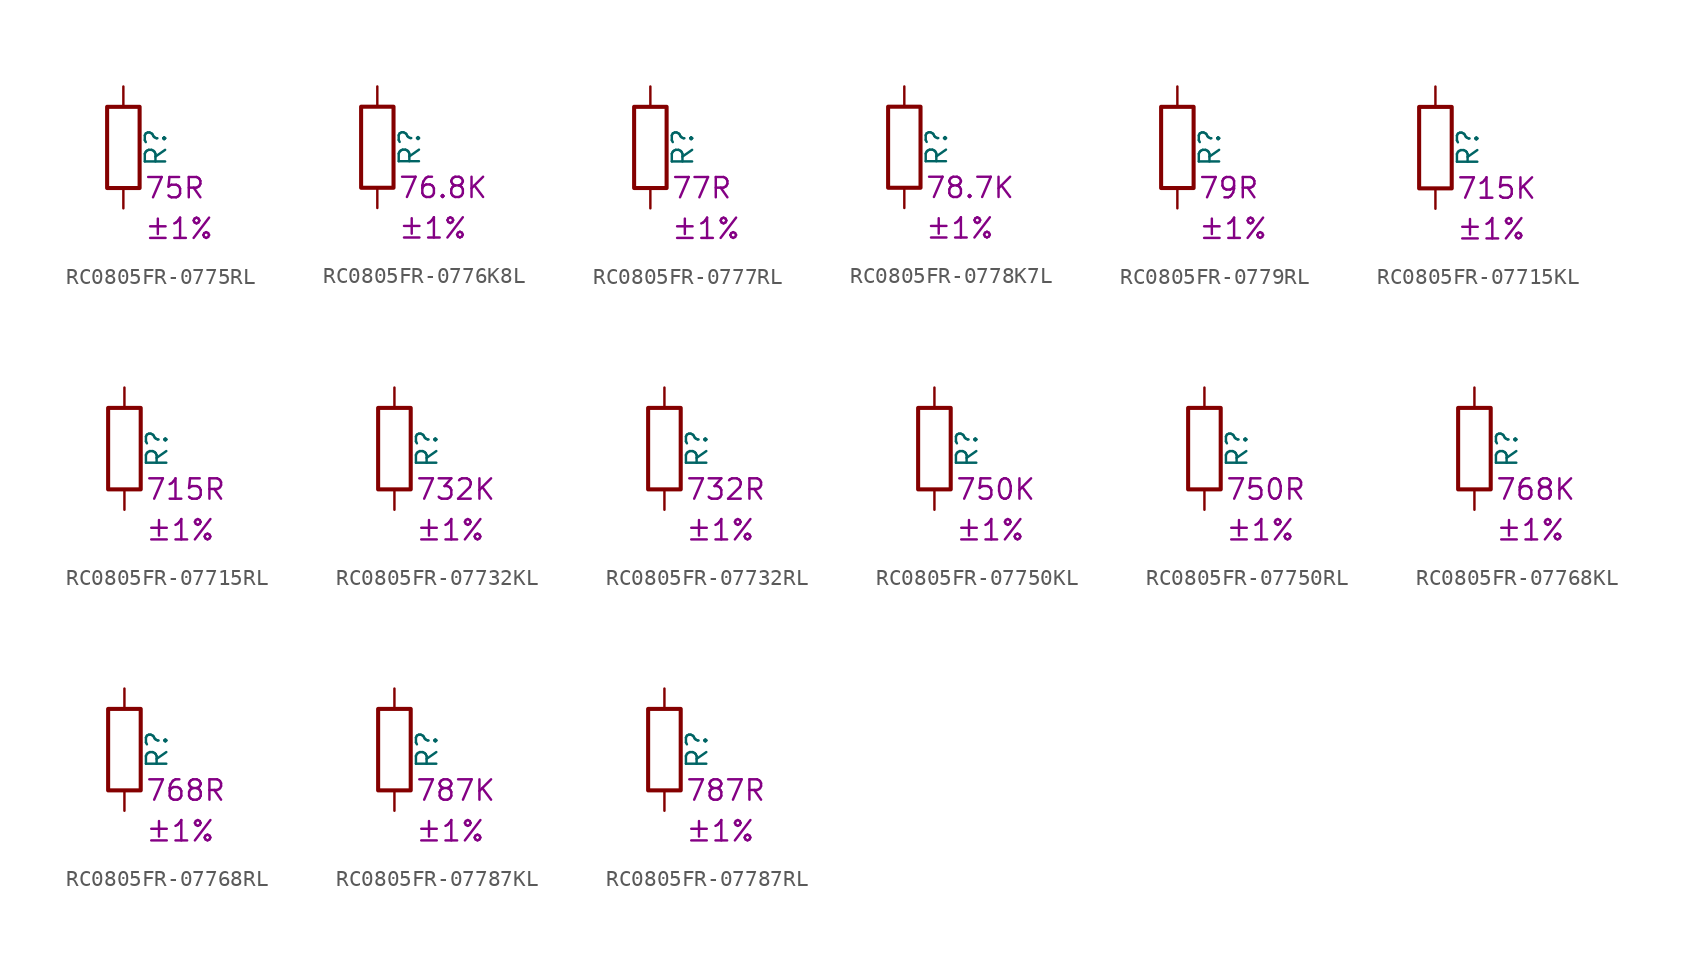
<source format=kicad_sym>
(kicad_symbol_lib
  (version 20220914)
  (generator kicad_symbol_editor)
  (symbol "RC0805FR-0775RL"
    (pin_numbers hide)
    (pin_names
      (offset 0))
    (property "Reference" "R"
      (at 2.032 0 90)
      (effects (font (size 1.27 1.27))))
    (property "Resistance" "75R"
      (at 1.27 -2.54 0)
      (effects (font (size 1.27 1.27)) (justify left)))
    (property "Tolerance" "±1%"
      (at 1.27 -5.08 0)
      (effects (font (size 1.27 1.27)) (justify left)))
    (symbol "RC0805FR-0775RL_0_1"
      (rectangle (start -1.016 -2.54) (end 1.016 2.54) (stroke (width 0.254) (type default)) (fill (type none))))
    (symbol "RC0805FR-0775RL_1_1"
      (pin passive line (at 0 3.81 270) (length 1.27) (name "~" (effects (font (size 1.27 1.27)))) (number "1" (effects (font (size 1.27 1.27)))))
      (pin passive line (at 0 -3.81 90) (length 1.27) (name "~" (effects (font (size 1.27 1.27)))) (number "2" (effects (font (size 1.27 1.27)))))))
  (symbol "RC0805FR-0776K8L"
    (pin_numbers hide)
    (pin_names
      (offset 0))
    (property "Reference" "R"
      (at 2.032 0 90)
      (effects (font (size 1.27 1.27))))
    (property "Resistance" "76.8K"
      (at 1.27 -2.54 0)
      (effects (font (size 1.27 1.27)) (justify left)))
    (property "Tolerance" "±1%"
      (at 1.27 -5.08 0)
      (effects (font (size 1.27 1.27)) (justify left)))
    (symbol "RC0805FR-0776K8L_0_1"
      (rectangle (start -1.016 -2.54) (end 1.016 2.54) (stroke (width 0.254) (type default)) (fill (type none))))
    (symbol "RC0805FR-0776K8L_1_1"
      (pin passive line (at 0 3.81 270) (length 1.27) (name "~" (effects (font (size 1.27 1.27)))) (number "1" (effects (font (size 1.27 1.27)))))
      (pin passive line (at 0 -3.81 90) (length 1.27) (name "~" (effects (font (size 1.27 1.27)))) (number "2" (effects (font (size 1.27 1.27)))))))
  (symbol "RC0805FR-0777RL"
    (pin_numbers hide)
    (pin_names
      (offset 0))
    (property "Reference" "R"
      (at 2.032 0 90)
      (effects (font (size 1.27 1.27))))
    (property "Resistance" "77R"
      (at 1.27 -2.54 0)
      (effects (font (size 1.27 1.27)) (justify left)))
    (property "Tolerance" "±1%"
      (at 1.27 -5.08 0)
      (effects (font (size 1.27 1.27)) (justify left)))
    (symbol "RC0805FR-0777RL_0_1"
      (rectangle (start -1.016 -2.54) (end 1.016 2.54) (stroke (width 0.254) (type default)) (fill (type none))))
    (symbol "RC0805FR-0777RL_1_1"
      (pin passive line (at 0 3.81 270) (length 1.27) (name "~" (effects (font (size 1.27 1.27)))) (number "1" (effects (font (size 1.27 1.27)))))
      (pin passive line (at 0 -3.81 90) (length 1.27) (name "~" (effects (font (size 1.27 1.27)))) (number "2" (effects (font (size 1.27 1.27)))))))
  (symbol "RC0805FR-0778K7L"
    (pin_numbers hide)
    (pin_names
      (offset 0))
    (property "Reference" "R"
      (at 2.032 0 90)
      (effects (font (size 1.27 1.27))))
    (property "Resistance" "78.7K"
      (at 1.27 -2.54 0)
      (effects (font (size 1.27 1.27)) (justify left)))
    (property "Tolerance" "±1%"
      (at 1.27 -5.08 0)
      (effects (font (size 1.27 1.27)) (justify left)))
    (symbol "RC0805FR-0778K7L_0_1"
      (rectangle (start -1.016 -2.54) (end 1.016 2.54) (stroke (width 0.254) (type default)) (fill (type none))))
    (symbol "RC0805FR-0778K7L_1_1"
      (pin passive line (at 0 3.81 270) (length 1.27) (name "~" (effects (font (size 1.27 1.27)))) (number "1" (effects (font (size 1.27 1.27)))))
      (pin passive line (at 0 -3.81 90) (length 1.27) (name "~" (effects (font (size 1.27 1.27)))) (number "2" (effects (font (size 1.27 1.27)))))))
  (symbol "RC0805FR-0779RL"
    (pin_numbers hide)
    (pin_names
      (offset 0))
    (property "Reference" "R"
      (at 2.032 0 90)
      (effects (font (size 1.27 1.27))))
    (property "Resistance" "79R"
      (at 1.27 -2.54 0)
      (effects (font (size 1.27 1.27)) (justify left)))
    (property "Tolerance" "±1%"
      (at 1.27 -5.08 0)
      (effects (font (size 1.27 1.27)) (justify left)))
    (symbol "RC0805FR-0779RL_0_1"
      (rectangle (start -1.016 -2.54) (end 1.016 2.54) (stroke (width 0.254) (type default)) (fill (type none))))
    (symbol "RC0805FR-0779RL_1_1"
      (pin passive line (at 0 3.81 270) (length 1.27) (name "~" (effects (font (size 1.27 1.27)))) (number "1" (effects (font (size 1.27 1.27)))))
      (pin passive line (at 0 -3.81 90) (length 1.27) (name "~" (effects (font (size 1.27 1.27)))) (number "2" (effects (font (size 1.27 1.27)))))))
  (symbol "RC0805FR-07715KL"
    (pin_numbers hide)
    (pin_names
      (offset 0))
    (property "Reference" "R"
      (at 2.032 0 90)
      (effects (font (size 1.27 1.27))))
    (property "Resistance" "715K"
      (at 1.27 -2.54 0)
      (effects (font (size 1.27 1.27)) (justify left)))
    (property "Tolerance" "±1%"
      (at 1.27 -5.08 0)
      (effects (font (size 1.27 1.27)) (justify left)))
    (symbol "RC0805FR-07715KL_0_1"
      (rectangle (start -1.016 -2.54) (end 1.016 2.54) (stroke (width 0.254) (type default)) (fill (type none))))
    (symbol "RC0805FR-07715KL_1_1"
      (pin passive line (at 0 3.81 270) (length 1.27) (name "~" (effects (font (size 1.27 1.27)))) (number "1" (effects (font (size 1.27 1.27)))))
      (pin passive line (at 0 -3.81 90) (length 1.27) (name "~" (effects (font (size 1.27 1.27)))) (number "2" (effects (font (size 1.27 1.27)))))))
  (symbol "RC0805FR-07715RL"
    (pin_numbers hide)
    (pin_names
      (offset 0))
    (property "Reference" "R"
      (at 2.032 0 90)
      (effects (font (size 1.27 1.27))))
    (property "Resistance" "715R"
      (at 1.27 -2.54 0)
      (effects (font (size 1.27 1.27)) (justify left)))
    (property "Tolerance" "±1%"
      (at 1.27 -5.08 0)
      (effects (font (size 1.27 1.27)) (justify left)))
    (symbol "RC0805FR-07715RL_0_1"
      (rectangle (start -1.016 -2.54) (end 1.016 2.54) (stroke (width 0.254) (type default)) (fill (type none))))
    (symbol "RC0805FR-07715RL_1_1"
      (pin passive line (at 0 3.81 270) (length 1.27) (name "~" (effects (font (size 1.27 1.27)))) (number "1" (effects (font (size 1.27 1.27)))))
      (pin passive line (at 0 -3.81 90) (length 1.27) (name "~" (effects (font (size 1.27 1.27)))) (number "2" (effects (font (size 1.27 1.27)))))))
  (symbol "RC0805FR-07732KL"
    (pin_numbers hide)
    (pin_names
      (offset 0))
    (property "Reference" "R"
      (at 2.032 0 90)
      (effects (font (size 1.27 1.27))))
    (property "Resistance" "732K"
      (at 1.27 -2.54 0)
      (effects (font (size 1.27 1.27)) (justify left)))
    (property "Tolerance" "±1%"
      (at 1.27 -5.08 0)
      (effects (font (size 1.27 1.27)) (justify left)))
    (symbol "RC0805FR-07732KL_0_1"
      (rectangle (start -1.016 -2.54) (end 1.016 2.54) (stroke (width 0.254) (type default)) (fill (type none))))
    (symbol "RC0805FR-07732KL_1_1"
      (pin passive line (at 0 3.81 270) (length 1.27) (name "~" (effects (font (size 1.27 1.27)))) (number "1" (effects (font (size 1.27 1.27)))))
      (pin passive line (at 0 -3.81 90) (length 1.27) (name "~" (effects (font (size 1.27 1.27)))) (number "2" (effects (font (size 1.27 1.27)))))))
  (symbol "RC0805FR-07732RL"
    (pin_numbers hide)
    (pin_names
      (offset 0))
    (property "Reference" "R"
      (at 2.032 0 90)
      (effects (font (size 1.27 1.27))))
    (property "Resistance" "732R"
      (at 1.27 -2.54 0)
      (effects (font (size 1.27 1.27)) (justify left)))
    (property "Tolerance" "±1%"
      (at 1.27 -5.08 0)
      (effects (font (size 1.27 1.27)) (justify left)))
    (symbol "RC0805FR-07732RL_0_1"
      (rectangle (start -1.016 -2.54) (end 1.016 2.54) (stroke (width 0.254) (type default)) (fill (type none))))
    (symbol "RC0805FR-07732RL_1_1"
      (pin passive line (at 0 3.81 270) (length 1.27) (name "~" (effects (font (size 1.27 1.27)))) (number "1" (effects (font (size 1.27 1.27)))))
      (pin passive line (at 0 -3.81 90) (length 1.27) (name "~" (effects (font (size 1.27 1.27)))) (number "2" (effects (font (size 1.27 1.27)))))))
  (symbol "RC0805FR-07750KL"
    (pin_numbers hide)
    (pin_names
      (offset 0))
    (property "Reference" "R"
      (at 2.032 0 90)
      (effects (font (size 1.27 1.27))))
    (property "Resistance" "750K"
      (at 1.27 -2.54 0)
      (effects (font (size 1.27 1.27)) (justify left)))
    (property "Tolerance" "±1%"
      (at 1.27 -5.08 0)
      (effects (font (size 1.27 1.27)) (justify left)))
    (symbol "RC0805FR-07750KL_0_1"
      (rectangle (start -1.016 -2.54) (end 1.016 2.54) (stroke (width 0.254) (type default)) (fill (type none))))
    (symbol "RC0805FR-07750KL_1_1"
      (pin passive line (at 0 3.81 270) (length 1.27) (name "~" (effects (font (size 1.27 1.27)))) (number "1" (effects (font (size 1.27 1.27)))))
      (pin passive line (at 0 -3.81 90) (length 1.27) (name "~" (effects (font (size 1.27 1.27)))) (number "2" (effects (font (size 1.27 1.27)))))))
  (symbol "RC0805FR-07750RL"
    (pin_numbers hide)
    (pin_names
      (offset 0))
    (property "Reference" "R"
      (at 2.032 0 90)
      (effects (font (size 1.27 1.27))))
    (property "Resistance" "750R"
      (at 1.27 -2.54 0)
      (effects (font (size 1.27 1.27)) (justify left)))
    (property "Tolerance" "±1%"
      (at 1.27 -5.08 0)
      (effects (font (size 1.27 1.27)) (justify left)))
    (symbol "RC0805FR-07750RL_0_1"
      (rectangle (start -1.016 -2.54) (end 1.016 2.54) (stroke (width 0.254) (type default)) (fill (type none))))
    (symbol "RC0805FR-07750RL_1_1"
      (pin passive line (at 0 3.81 270) (length 1.27) (name "~" (effects (font (size 1.27 1.27)))) (number "1" (effects (font (size 1.27 1.27)))))
      (pin passive line (at 0 -3.81 90) (length 1.27) (name "~" (effects (font (size 1.27 1.27)))) (number "2" (effects (font (size 1.27 1.27)))))))
  (symbol "RC0805FR-07768KL"
    (pin_numbers hide)
    (pin_names
      (offset 0))
    (property "Reference" "R"
      (at 2.032 0 90)
      (effects (font (size 1.27 1.27))))
    (property "Resistance" "768K"
      (at 1.27 -2.54 0)
      (effects (font (size 1.27 1.27)) (justify left)))
    (property "Tolerance" "±1%"
      (at 1.27 -5.08 0)
      (effects (font (size 1.27 1.27)) (justify left)))
    (symbol "RC0805FR-07768KL_0_1"
      (rectangle (start -1.016 -2.54) (end 1.016 2.54) (stroke (width 0.254) (type default)) (fill (type none))))
    (symbol "RC0805FR-07768KL_1_1"
      (pin passive line (at 0 3.81 270) (length 1.27) (name "~" (effects (font (size 1.27 1.27)))) (number "1" (effects (font (size 1.27 1.27)))))
      (pin passive line (at 0 -3.81 90) (length 1.27) (name "~" (effects (font (size 1.27 1.27)))) (number "2" (effects (font (size 1.27 1.27)))))))
  (symbol "RC0805FR-07768RL"
    (pin_numbers hide)
    (pin_names
      (offset 0))
    (property "Reference" "R"
      (at 2.032 0 90)
      (effects (font (size 1.27 1.27))))
    (property "Resistance" "768R"
      (at 1.27 -2.54 0)
      (effects (font (size 1.27 1.27)) (justify left)))
    (property "Tolerance" "±1%"
      (at 1.27 -5.08 0)
      (effects (font (size 1.27 1.27)) (justify left)))
    (symbol "RC0805FR-07768RL_0_1"
      (rectangle (start -1.016 -2.54) (end 1.016 2.54) (stroke (width 0.254) (type default)) (fill (type none))))
    (symbol "RC0805FR-07768RL_1_1"
      (pin passive line (at 0 3.81 270) (length 1.27) (name "~" (effects (font (size 1.27 1.27)))) (number "1" (effects (font (size 1.27 1.27)))))
      (pin passive line (at 0 -3.81 90) (length 1.27) (name "~" (effects (font (size 1.27 1.27)))) (number "2" (effects (font (size 1.27 1.27)))))))
  (symbol "RC0805FR-07787KL"
    (pin_numbers hide)
    (pin_names
      (offset 0))
    (property "Reference" "R"
      (at 2.032 0 90)
      (effects (font (size 1.27 1.27))))
    (property "Resistance" "787K"
      (at 1.27 -2.54 0)
      (effects (font (size 1.27 1.27)) (justify left)))
    (property "Tolerance" "±1%"
      (at 1.27 -5.08 0)
      (effects (font (size 1.27 1.27)) (justify left)))
    (symbol "RC0805FR-07787KL_0_1"
      (rectangle (start -1.016 -2.54) (end 1.016 2.54) (stroke (width 0.254) (type default)) (fill (type none))))
    (symbol "RC0805FR-07787KL_1_1"
      (pin passive line (at 0 3.81 270) (length 1.27) (name "~" (effects (font (size 1.27 1.27)))) (number "1" (effects (font (size 1.27 1.27)))))
      (pin passive line (at 0 -3.81 90) (length 1.27) (name "~" (effects (font (size 1.27 1.27)))) (number "2" (effects (font (size 1.27 1.27)))))))
  (symbol "RC0805FR-07787RL"
    (pin_numbers hide)
    (pin_names
      (offset 0))
    (property "Reference" "R"
      (at 2.032 0 90)
      (effects (font (size 1.27 1.27))))
    (property "Resistance" "787R"
      (at 1.27 -2.54 0)
      (effects (font (size 1.27 1.27)) (justify left)))
    (property "Tolerance" "±1%"
      (at 1.27 -5.08 0)
      (effects (font (size 1.27 1.27)) (justify left)))
    (symbol "RC0805FR-07787RL_0_1"
      (rectangle (start -1.016 -2.54) (end 1.016 2.54) (stroke (width 0.254) (type default)) (fill (type none))))
    (symbol "RC0805FR-07787RL_1_1"
      (pin passive line (at 0 3.81 270) (length 1.27) (name "~" (effects (font (size 1.27 1.27)))) (number "1" (effects (font (size 1.27 1.27)))))
      (pin passive line (at 0 -3.81 90) (length 1.27) (name "~" (effects (font (size 1.27 1.27)))) (number "2" (effects (font (size 1.27 1.27))))))))
</source>
